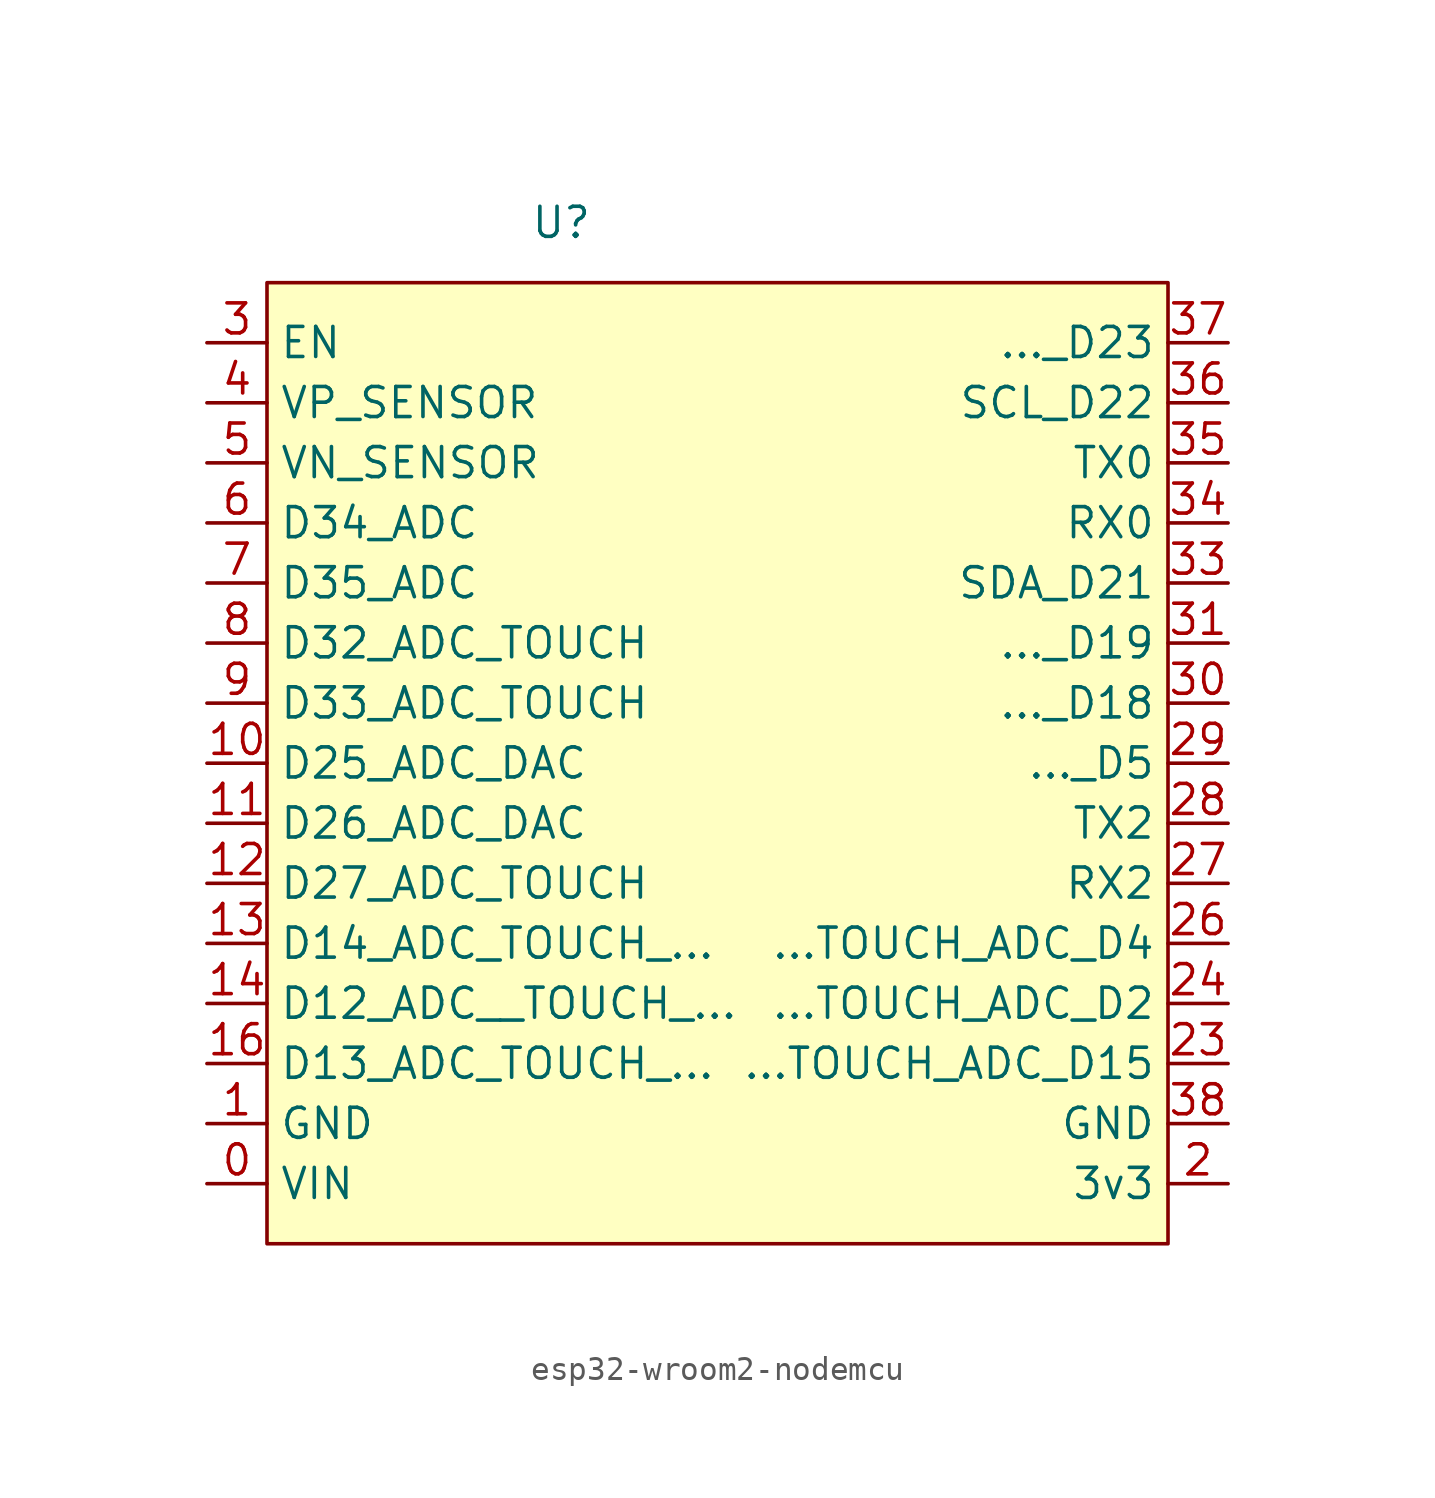
<source format=kicad_sym>
(kicad_symbol_lib
  (version 20231120)
  (generator "kicad_symbol_editor")
  (generator_version "8.0")
  (symbol "esp32-wroom2-nodemcu"
    (property "Reference" "U"
      (at -7.874 22.86 0)
      (effects (font (size 1.27 1.27))))
    (property "Value" ""
      (at -13.97 22.86 0)
      (effects (font (size 1.27 1.27))))
    (symbol "esp32-wroom2-nodemcu_1_1"
      (rectangle (start -20.32 20.32) (end 17.78 -20.32) (stroke (width 0) (type default)) (fill (type background)))
      (pin power_in line (at -22.86 -17.78 0) (length 2.54) (name "VIN" (effects (font (size 1.27 1.27)))) (number "0" (effects (font (size 1.27 1.27)))))
      (pin power_in line (at -22.86 -15.24 0) (length 2.54) (name "GND" (effects (font (size 1.27 1.27)))) (number "1" (effects (font (size 1.27 1.27)))))
      (pin bidirectional line (at -22.86 0 0) (length 2.54) (name "D25_ADC_DAC" (effects (font (size 1.27 1.27)))) (number "10" (effects (font (size 1.27 1.27)))))
      (pin bidirectional line (at -22.86 -2.54 0) (length 2.54) (name "D26_ADC_DAC" (effects (font (size 1.27 1.27)))) (number "11" (effects (font (size 1.27 1.27)))))
      (pin bidirectional line (at -22.86 -5.08 0) (length 2.54) (name "D27_ADC_TOUCH" (effects (font (size 1.27 1.27)))) (number "12" (effects (font (size 1.27 1.27)))))
      (pin bidirectional line (at -22.86 -7.62 0) (length 2.54) (name "D14_ADC_TOUCH_..." (effects (font (size 1.27 1.27)))) (number "13" (effects (font (size 1.27 1.27)))))
      (pin bidirectional line (at -22.86 -10.16 0) (length 2.54) (name "D12_ADC__TOUCH_..." (effects (font (size 1.27 1.27)))) (number "14" (effects (font (size 1.27 1.27)))))
      (pin bidirectional line (at -22.86 -12.7 0) (length 2.54) (name "D13_ADC_TOUCH_..." (effects (font (size 1.27 1.27)))) (number "16" (effects (font (size 1.27 1.27)))))
      (pin power_out line (at 20.32 -17.78 180) (length 2.54) (name "3v3" (effects (font (size 1.27 1.27)))) (number "2" (effects (font (size 1.27 1.27)))))
      (pin bidirectional line (at 20.32 -12.7 180) (length 2.54) (name "...TOUCH_ADC_D15" (effects (font (size 1.27 1.27)))) (number "23" (effects (font (size 1.27 1.27)))))
      (pin bidirectional line (at 20.32 -10.16 180) (length 2.54) (name "...TOUCH_ADC_D2" (effects (font (size 1.27 1.27)))) (number "24" (effects (font (size 1.27 1.27)))))
      (pin bidirectional line (at 20.32 -7.62 180) (length 2.54) (name "...TOUCH_ADC_D4" (effects (font (size 1.27 1.27)))) (number "26" (effects (font (size 1.27 1.27)))))
      (pin bidirectional line (at 20.32 -5.08 180) (length 2.54) (name "RX2" (effects (font (size 1.27 1.27)))) (number "27" (effects (font (size 1.27 1.27)))))
      (pin bidirectional line (at 20.32 -2.54 180) (length 2.54) (name "TX2" (effects (font (size 1.27 1.27)))) (number "28" (effects (font (size 1.27 1.27)))))
      (pin bidirectional line (at 20.32 0 180) (length 2.54) (name "..._D5" (effects (font (size 1.27 1.27)))) (number "29" (effects (font (size 1.27 1.27)))))
      (pin input line (at -22.86 17.78 0) (length 2.54) (name "EN" (effects (font (size 1.27 1.27)))) (number "3" (effects (font (size 1.27 1.27)))))
      (pin bidirectional line (at 20.32 2.54 180) (length 2.54) (name "..._D18" (effects (font (size 1.27 1.27)))) (number "30" (effects (font (size 1.27 1.27)))))
      (pin bidirectional line (at 20.32 5.08 180) (length 2.54) (name "..._D19" (effects (font (size 1.27 1.27)))) (number "31" (effects (font (size 1.27 1.27)))))
      (pin bidirectional line (at 20.32 7.62 180) (length 2.54) (name "SDA_D21" (effects (font (size 1.27 1.27)))) (number "33" (effects (font (size 1.27 1.27)))))
      (pin bidirectional line (at 20.32 10.16 180) (length 2.54) (name "RX0" (effects (font (size 1.27 1.27)))) (number "34" (effects (font (size 1.27 1.27)))))
      (pin bidirectional line (at 20.32 12.7 180) (length 2.54) (name "TX0" (effects (font (size 1.27 1.27)))) (number "35" (effects (font (size 1.27 1.27)))))
      (pin bidirectional line (at 20.32 15.24 180) (length 2.54) (name "SCL_D22" (effects (font (size 1.27 1.27)))) (number "36" (effects (font (size 1.27 1.27)))))
      (pin bidirectional line (at 20.32 17.78 180) (length 2.54) (name "..._D23" (effects (font (size 1.27 1.27)))) (number "37" (effects (font (size 1.27 1.27)))))
      (pin power_in line (at 20.32 -15.24 180) (length 2.54) (name "GND" (effects (font (size 1.27 1.27)))) (number "38" (effects (font (size 1.27 1.27)))))
      (pin bidirectional line (at -22.86 15.24 0) (length 2.54) (name "VP_SENSOR" (effects (font (size 1.27 1.27)))) (number "4" (effects (font (size 1.27 1.27)))))
      (pin bidirectional line (at -22.86 12.7 0) (length 2.54) (name "VN_SENSOR" (effects (font (size 1.27 1.27)))) (number "5" (effects (font (size 1.27 1.27)))))
      (pin bidirectional line (at -22.86 10.16 0) (length 2.54) (name "D34_ADC" (effects (font (size 1.27 1.27)))) (number "6" (effects (font (size 1.27 1.27)))))
      (pin bidirectional line (at -22.86 7.62 0) (length 2.54) (name "D35_ADC" (effects (font (size 1.27 1.27)))) (number "7" (effects (font (size 1.27 1.27)))))
      (pin bidirectional line (at -22.86 5.08 0) (length 2.54) (name "D32_ADC_TOUCH" (effects (font (size 1.27 1.27)))) (number "8" (effects (font (size 1.27 1.27)))))
      (pin bidirectional line (at -22.86 2.54 0) (length 2.54) (name "D33_ADC_TOUCH" (effects (font (size 1.27 1.27)))) (number "9" (effects (font (size 1.27 1.27))))))))
</source>
